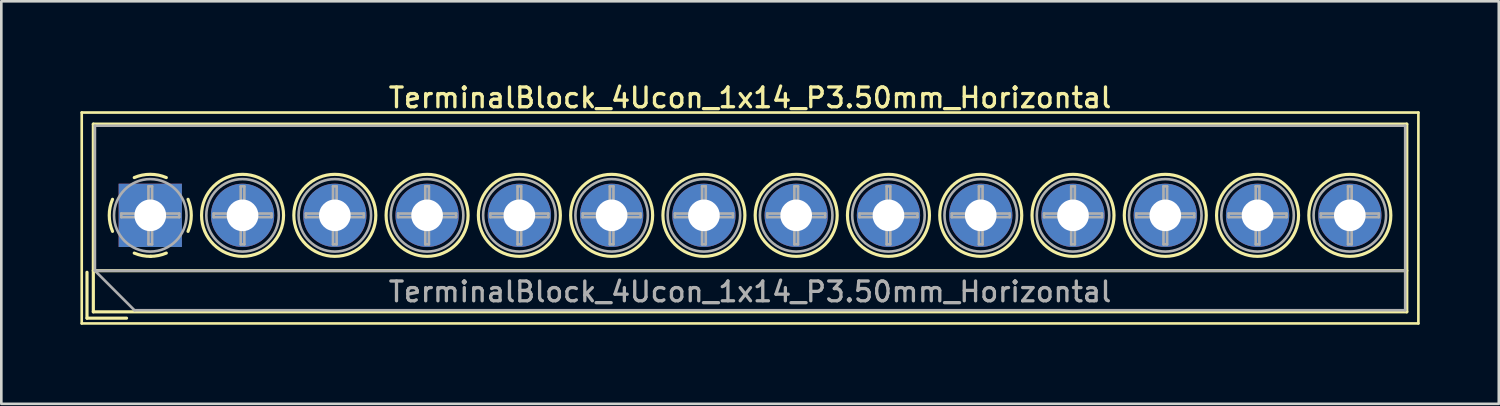
<source format=kicad_pcb>
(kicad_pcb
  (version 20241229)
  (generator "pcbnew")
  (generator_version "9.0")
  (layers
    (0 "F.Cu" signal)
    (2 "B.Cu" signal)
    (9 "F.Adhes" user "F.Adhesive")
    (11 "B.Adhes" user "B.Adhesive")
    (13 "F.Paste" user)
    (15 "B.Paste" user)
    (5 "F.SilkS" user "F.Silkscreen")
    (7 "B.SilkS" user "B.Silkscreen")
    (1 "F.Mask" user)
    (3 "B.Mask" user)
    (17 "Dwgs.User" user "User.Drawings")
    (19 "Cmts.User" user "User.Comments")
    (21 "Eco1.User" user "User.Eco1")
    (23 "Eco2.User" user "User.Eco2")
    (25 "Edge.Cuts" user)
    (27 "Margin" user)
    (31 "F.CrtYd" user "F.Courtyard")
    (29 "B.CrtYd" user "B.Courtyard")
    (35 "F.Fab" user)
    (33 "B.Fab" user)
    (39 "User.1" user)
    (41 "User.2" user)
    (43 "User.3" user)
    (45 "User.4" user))
  (footprint "TerminalBlock_4Ucon_1x14_P3.50mm_Horizontal"
    (layer "F.Cu")
    (at 2.65 5.118)
    (property "Reference" "TerminalBlock_4Ucon_1x14_P3.50mm_Horizontal" (at 22.75 -4.46 0) (layer "F.SilkS") (effects (font (size 0.75 0.75) (thickness 0.125))))
    (attr through_hole)
    (fp_line (start -2.6 -3.9) (end -2.6 4.1) (stroke (width 0.1) (type solid)) (layer "F.SilkS"))
    (fp_line (start -2.6 4.1) (end 48.1 4.1) (stroke (width 0.1) (type solid)) (layer "F.SilkS"))
    (fp_line (start -2.4 2.16) (end -2.4 3.9) (stroke (width 0.12) (type solid)) (layer "F.SilkS"))
    (fp_line (start -2.4 3.9) (end -0.9 3.9) (stroke (width 0.12) (type solid)) (layer "F.SilkS"))
    (fp_line (start -2.16 -3.46) (end -2.16 3.66) (stroke (width 0.12) (type solid)) (layer "F.SilkS"))
    (fp_line (start -2.16 -3.46) (end 47.66 -3.46) (stroke (width 0.12) (type solid)) (layer "F.SilkS"))
    (fp_line (start -2.16 2.1) (end 47.66 2.1) (stroke (width 0.12) (type solid)) (layer "F.SilkS"))
    (fp_line (start -2.16 3.66) (end 47.66 3.66) (stroke (width 0.12) (type solid)) (layer "F.SilkS"))
    (fp_line (start 47.66 -3.46) (end 47.66 3.66) (stroke (width 0.12) (type solid)) (layer "F.SilkS"))
    (fp_line (start 48.1 -3.9) (end -2.6 -3.9) (stroke (width 0.1) (type solid)) (layer "F.SilkS"))
    (fp_line (start 48.1 4.1) (end 48.1 -3.9) (stroke (width 0.1) (type solid)) (layer "F.SilkS"))
    (fp_arc (start -1.432109 0.607742) (mid -1.555727 -0.00014) (end -1.432 -0.608) (stroke (width 0.12) (type solid)) (layer "F.SilkS"))
    (fp_arc (start -0.607742 -1.432109) (mid 0.00014 -1.555727) (end 0.608 -1.432) (stroke (width 0.12) (type solid)) (layer "F.SilkS"))
    (fp_arc (start 0.027011 1.555493) (mid -0.296984 1.527118) (end -0.608 1.432) (stroke (width 0.12) (type solid)) (layer "F.SilkS"))
    (fp_arc (start 0.607587 1.431385) (mid 0.310017 1.523783) (end 0 1.555) (stroke (width 0.12) (type solid)) (layer "F.SilkS"))
    (fp_arc (start 1.432109 -0.607742) (mid 1.555727 0.00014) (end 1.432 0.608) (stroke (width 0.12) (type solid)) (layer "F.SilkS"))
    (fp_circle (center 3.5 0) (end 5.055 0) (stroke (width 0.12) (type solid)) (fill no) (layer "F.SilkS"))
    (fp_circle (center 7 0) (end 8.555 0) (stroke (width 0.12) (type solid)) (fill no) (layer "F.SilkS"))
    (fp_circle (center 10.5 0) (end 12.055 0) (stroke (width 0.12) (type solid)) (fill no) (layer "F.SilkS"))
    (fp_circle (center 14 0) (end 15.555 0) (stroke (width 0.12) (type solid)) (fill no) (layer "F.SilkS"))
    (fp_circle (center 17.5 0) (end 19.055 0) (stroke (width 0.12) (type solid)) (fill no) (layer "F.SilkS"))
    (fp_circle (center 21 0) (end 22.555 0) (stroke (width 0.12) (type solid)) (fill no) (layer "F.SilkS"))
    (fp_circle (center 24.5 0) (end 26.055 0) (stroke (width 0.12) (type solid)) (fill no) (layer "F.SilkS"))
    (fp_circle (center 28 0) (end 29.555 0) (stroke (width 0.12) (type solid)) (fill no) (layer "F.SilkS"))
    (fp_circle (center 31.5 0) (end 33.055 0) (stroke (width 0.12) (type solid)) (fill no) (layer "F.SilkS"))
    (fp_circle (center 35 0) (end 36.555 0) (stroke (width 0.12) (type solid)) (fill no) (layer "F.SilkS"))
    (fp_circle (center 38.5 0) (end 40.055 0) (stroke (width 0.12) (type solid)) (fill no) (layer "F.SilkS"))
    (fp_circle (center 42 0) (end 43.555 0) (stroke (width 0.12) (type solid)) (fill no) (layer "F.SilkS"))
    (fp_circle (center 45.5 0) (end 47.055 0) (stroke (width 0.12) (type solid)) (fill no) (layer "F.SilkS"))
    (fp_line (start -2.1 -3.4) (end 47.6 -3.4) (stroke (width 0.1) (type solid)) (layer "F.Fab"))
    (fp_line (start -2.1 2.1) (end -2.1 -3.4) (stroke (width 0.1) (type solid)) (layer "F.Fab"))
    (fp_line (start -2.1 2.1) (end 47.6 2.1) (stroke (width 0.1) (type solid)) (layer "F.Fab"))
    (fp_line (start -1.1 -0.069) (end -0.069 -0.069) (stroke (width 0.1) (type solid)) (layer "F.Fab"))
    (fp_line (start -1.1 0.069) (end -1.1 -0.069) (stroke (width 0.1) (type solid)) (layer "F.Fab"))
    (fp_line (start -0.6 3.6) (end -2.1 2.1) (stroke (width 0.1) (type solid)) (layer "F.Fab"))
    (fp_line (start -0.069 -1.1) (end 0.069 -1.1) (stroke (width 0.1) (type solid)) (layer "F.Fab"))
    (fp_line (start -0.069 -0.069) (end -0.069 -1.1) (stroke (width 0.1) (type solid)) (layer "F.Fab"))
    (fp_line (start -0.069 0.069) (end -1.1 0.069) (stroke (width 0.1) (type solid)) (layer "F.Fab"))
    (fp_line (start -0.069 1.1) (end -0.069 0.069) (stroke (width 0.1) (type solid)) (layer "F.Fab"))
    (fp_line (start 0.069 -1.1) (end 0.069 -0.069) (stroke (width 0.1) (type solid)) (layer "F.Fab"))
    (fp_line (start 0.069 -0.069) (end 1.1 -0.069) (stroke (width 0.1) (type solid)) (layer "F.Fab"))
    (fp_line (start 0.069 0.069) (end 0.069 1.1) (stroke (width 0.1) (type solid)) (layer "F.Fab"))
    (fp_line (start 0.069 1.1) (end -0.069 1.1) (stroke (width 0.1) (type solid)) (layer "F.Fab"))
    (fp_line (start 1.1 -0.069) (end 1.1 0.069) (stroke (width 0.1) (type solid)) (layer "F.Fab"))
    (fp_line (start 1.1 0.069) (end 0.069 0.069) (stroke (width 0.1) (type solid)) (layer "F.Fab"))
    (fp_line (start 2.4 -0.069) (end 3.431 -0.069) (stroke (width 0.1) (type solid)) (layer "F.Fab"))
    (fp_line (start 2.4 0.069) (end 2.4 -0.069) (stroke (width 0.1) (type solid)) (layer "F.Fab"))
    (fp_line (start 3.431 -1.1) (end 3.569 -1.1) (stroke (width 0.1) (type solid)) (layer "F.Fab"))
    (fp_line (start 3.431 -0.069) (end 3.431 -1.1) (stroke (width 0.1) (type solid)) (layer "F.Fab"))
    (fp_line (start 3.431 0.069) (end 2.4 0.069) (stroke (width 0.1) (type solid)) (layer "F.Fab"))
    (fp_line (start 3.431 1.1) (end 3.431 0.069) (stroke (width 0.1) (type solid)) (layer "F.Fab"))
    (fp_line (start 3.569 -1.1) (end 3.569 -0.069) (stroke (width 0.1) (type solid)) (layer "F.Fab"))
    (fp_line (start 3.569 -0.069) (end 4.6 -0.069) (stroke (width 0.1) (type solid)) (layer "F.Fab"))
    (fp_line (start 3.569 0.069) (end 3.569 1.1) (stroke (width 0.1) (type solid)) (layer "F.Fab"))
    (fp_line (start 3.569 1.1) (end 3.431 1.1) (stroke (width 0.1) (type solid)) (layer "F.Fab"))
    (fp_line (start 4.6 -0.069) (end 4.6 0.069) (stroke (width 0.1) (type solid)) (layer "F.Fab"))
    (fp_line (start 4.6 0.069) (end 3.569 0.069) (stroke (width 0.1) (type solid)) (layer "F.Fab"))
    (fp_line (start 5.9 -0.069) (end 6.931 -0.069) (stroke (width 0.1) (type solid)) (layer "F.Fab"))
    (fp_line (start 5.9 0.069) (end 5.9 -0.069) (stroke (width 0.1) (type solid)) (layer "F.Fab"))
    (fp_line (start 6.931 -1.1) (end 7.069 -1.1) (stroke (width 0.1) (type solid)) (layer "F.Fab"))
    (fp_line (start 6.931 -0.069) (end 6.931 -1.1) (stroke (width 0.1) (type solid)) (layer "F.Fab"))
    (fp_line (start 6.931 0.069) (end 5.9 0.069) (stroke (width 0.1) (type solid)) (layer "F.Fab"))
    (fp_line (start 6.931 1.1) (end 6.931 0.069) (stroke (width 0.1) (type solid)) (layer "F.Fab"))
    (fp_line (start 7.069 -1.1) (end 7.069 -0.069) (stroke (width 0.1) (type solid)) (layer "F.Fab"))
    (fp_line (start 7.069 -0.069) (end 8.1 -0.069) (stroke (width 0.1) (type solid)) (layer "F.Fab"))
    (fp_line (start 7.069 0.069) (end 7.069 1.1) (stroke (width 0.1) (type solid)) (layer "F.Fab"))
    (fp_line (start 7.069 1.1) (end 6.931 1.1) (stroke (width 0.1) (type solid)) (layer "F.Fab"))
    (fp_line (start 8.1 -0.069) (end 8.1 0.069) (stroke (width 0.1) (type solid)) (layer "F.Fab"))
    (fp_line (start 8.1 0.069) (end 7.069 0.069) (stroke (width 0.1) (type solid)) (layer "F.Fab"))
    (fp_line (start 9.4 -0.069) (end 10.431 -0.069) (stroke (width 0.1) (type solid)) (layer "F.Fab"))
    (fp_line (start 9.4 0.069) (end 9.4 -0.069) (stroke (width 0.1) (type solid)) (layer "F.Fab"))
    (fp_line (start 10.431 -1.1) (end 10.569 -1.1) (stroke (width 0.1) (type solid)) (layer "F.Fab"))
    (fp_line (start 10.431 -0.069) (end 10.431 -1.1) (stroke (width 0.1) (type solid)) (layer "F.Fab"))
    (fp_line (start 10.431 0.069) (end 9.4 0.069) (stroke (width 0.1) (type solid)) (layer "F.Fab"))
    (fp_line (start 10.431 1.1) (end 10.431 0.069) (stroke (width 0.1) (type solid)) (layer "F.Fab"))
    (fp_line (start 10.569 -1.1) (end 10.569 -0.069) (stroke (width 0.1) (type solid)) (layer "F.Fab"))
    (fp_line (start 10.569 -0.069) (end 11.6 -0.069) (stroke (width 0.1) (type solid)) (layer "F.Fab"))
    (fp_line (start 10.569 0.069) (end 10.569 1.1) (stroke (width 0.1) (type solid)) (layer "F.Fab"))
    (fp_line (start 10.569 1.1) (end 10.431 1.1) (stroke (width 0.1) (type solid)) (layer "F.Fab"))
    (fp_line (start 11.6 -0.069) (end 11.6 0.069) (stroke (width 0.1) (type solid)) (layer "F.Fab"))
    (fp_line (start 11.6 0.069) (end 10.569 0.069) (stroke (width 0.1) (type solid)) (layer "F.Fab"))
    (fp_line (start 12.9 -0.069) (end 13.931 -0.069) (stroke (width 0.1) (type solid)) (layer "F.Fab"))
    (fp_line (start 12.9 0.069) (end 12.9 -0.069) (stroke (width 0.1) (type solid)) (layer "F.Fab"))
    (fp_line (start 13.931 -1.1) (end 14.069 -1.1) (stroke (width 0.1) (type solid)) (layer "F.Fab"))
    (fp_line (start 13.931 -0.069) (end 13.931 -1.1) (stroke (width 0.1) (type solid)) (layer "F.Fab"))
    (fp_line (start 13.931 0.069) (end 12.9 0.069) (stroke (width 0.1) (type solid)) (layer "F.Fab"))
    (fp_line (start 13.931 1.1) (end 13.931 0.069) (stroke (width 0.1) (type solid)) (layer "F.Fab"))
    (fp_line (start 14.069 -1.1) (end 14.069 -0.069) (stroke (width 0.1) (type solid)) (layer "F.Fab"))
    (fp_line (start 14.069 -0.069) (end 15.1 -0.069) (stroke (width 0.1) (type solid)) (layer "F.Fab"))
    (fp_line (start 14.069 0.069) (end 14.069 1.1) (stroke (width 0.1) (type solid)) (layer "F.Fab"))
    (fp_line (start 14.069 1.1) (end 13.931 1.1) (stroke (width 0.1) (type solid)) (layer "F.Fab"))
    (fp_line (start 15.1 -0.069) (end 15.1 0.069) (stroke (width 0.1) (type solid)) (layer "F.Fab"))
    (fp_line (start 15.1 0.069) (end 14.069 0.069) (stroke (width 0.1) (type solid)) (layer "F.Fab"))
    (fp_line (start 16.4 -0.069) (end 17.431 -0.069) (stroke (width 0.1) (type solid)) (layer "F.Fab"))
    (fp_line (start 16.4 0.069) (end 16.4 -0.069) (stroke (width 0.1) (type solid)) (layer "F.Fab"))
    (fp_line (start 17.431 -1.1) (end 17.569 -1.1) (stroke (width 0.1) (type solid)) (layer "F.Fab"))
    (fp_line (start 17.431 -0.069) (end 17.431 -1.1) (stroke (width 0.1) (type solid)) (layer "F.Fab"))
    (fp_line (start 17.431 0.069) (end 16.4 0.069) (stroke (width 0.1) (type solid)) (layer "F.Fab"))
    (fp_line (start 17.431 1.1) (end 17.431 0.069) (stroke (width 0.1) (type solid)) (layer "F.Fab"))
    (fp_line (start 17.569 -1.1) (end 17.569 -0.069) (stroke (width 0.1) (type solid)) (layer "F.Fab"))
    (fp_line (start 17.569 -0.069) (end 18.6 -0.069) (stroke (width 0.1) (type solid)) (layer "F.Fab"))
    (fp_line (start 17.569 0.069) (end 17.569 1.1) (stroke (width 0.1) (type solid)) (layer "F.Fab"))
    (fp_line (start 17.569 1.1) (end 17.431 1.1) (stroke (width 0.1) (type solid)) (layer "F.Fab"))
    (fp_line (start 18.6 -0.069) (end 18.6 0.069) (stroke (width 0.1) (type solid)) (layer "F.Fab"))
    (fp_line (start 18.6 0.069) (end 17.569 0.069) (stroke (width 0.1) (type solid)) (layer "F.Fab"))
    (fp_line (start 19.9 -0.069) (end 20.931 -0.069) (stroke (width 0.1) (type solid)) (layer "F.Fab"))
    (fp_line (start 19.9 0.069) (end 19.9 -0.069) (stroke (width 0.1) (type solid)) (layer "F.Fab"))
    (fp_line (start 20.931 -1.1) (end 21.069 -1.1) (stroke (width 0.1) (type solid)) (layer "F.Fab"))
    (fp_line (start 20.931 -0.069) (end 20.931 -1.1) (stroke (width 0.1) (type solid)) (layer "F.Fab"))
    (fp_line (start 20.931 0.069) (end 19.9 0.069) (stroke (width 0.1) (type solid)) (layer "F.Fab"))
    (fp_line (start 20.931 1.1) (end 20.931 0.069) (stroke (width 0.1) (type solid)) (layer "F.Fab"))
    (fp_line (start 21.069 -1.1) (end 21.069 -0.069) (stroke (width 0.1) (type solid)) (layer "F.Fab"))
    (fp_line (start 21.069 -0.069) (end 22.1 -0.069) (stroke (width 0.1) (type solid)) (layer "F.Fab"))
    (fp_line (start 21.069 0.069) (end 21.069 1.1) (stroke (width 0.1) (type solid)) (layer "F.Fab"))
    (fp_line (start 21.069 1.1) (end 20.931 1.1) (stroke (width 0.1) (type solid)) (layer "F.Fab"))
    (fp_line (start 22.1 -0.069) (end 22.1 0.069) (stroke (width 0.1) (type solid)) (layer "F.Fab"))
    (fp_line (start 22.1 0.069) (end 21.069 0.069) (stroke (width 0.1) (type solid)) (layer "F.Fab"))
    (fp_line (start 23.4 -0.069) (end 24.431 -0.069) (stroke (width 0.1) (type solid)) (layer "F.Fab"))
    (fp_line (start 23.4 0.069) (end 23.4 -0.069) (stroke (width 0.1) (type solid)) (layer "F.Fab"))
    (fp_line (start 24.431 -1.1) (end 24.569 -1.1) (stroke (width 0.1) (type solid)) (layer "F.Fab"))
    (fp_line (start 24.431 -0.069) (end 24.431 -1.1) (stroke (width 0.1) (type solid)) (layer "F.Fab"))
    (fp_line (start 24.431 0.069) (end 23.4 0.069) (stroke (width 0.1) (type solid)) (layer "F.Fab"))
    (fp_line (start 24.431 1.1) (end 24.431 0.069) (stroke (width 0.1) (type solid)) (layer "F.Fab"))
    (fp_line (start 24.569 -1.1) (end 24.569 -0.069) (stroke (width 0.1) (type solid)) (layer "F.Fab"))
    (fp_line (start 24.569 -0.069) (end 25.6 -0.069) (stroke (width 0.1) (type solid)) (layer "F.Fab"))
    (fp_line (start 24.569 0.069) (end 24.569 1.1) (stroke (width 0.1) (type solid)) (layer "F.Fab"))
    (fp_line (start 24.569 1.1) (end 24.431 1.1) (stroke (width 0.1) (type solid)) (layer "F.Fab"))
    (fp_line (start 25.6 -0.069) (end 25.6 0.069) (stroke (width 0.1) (type solid)) (layer "F.Fab"))
    (fp_line (start 25.6 0.069) (end 24.569 0.069) (stroke (width 0.1) (type solid)) (layer "F.Fab"))
    (fp_line (start 26.9 -0.069) (end 27.931 -0.069) (stroke (width 0.1) (type solid)) (layer "F.Fab"))
    (fp_line (start 26.9 0.069) (end 26.9 -0.069) (stroke (width 0.1) (type solid)) (layer "F.Fab"))
    (fp_line (start 27.931 -1.1) (end 28.069 -1.1) (stroke (width 0.1) (type solid)) (layer "F.Fab"))
    (fp_line (start 27.931 -0.069) (end 27.931 -1.1) (stroke (width 0.1) (type solid)) (layer "F.Fab"))
    (fp_line (start 27.931 0.069) (end 26.9 0.069) (stroke (width 0.1) (type solid)) (layer "F.Fab"))
    (fp_line (start 27.931 1.1) (end 27.931 0.069) (stroke (width 0.1) (type solid)) (layer "F.Fab"))
    (fp_line (start 28.069 -1.1) (end 28.069 -0.069) (stroke (width 0.1) (type solid)) (layer "F.Fab"))
    (fp_line (start 28.069 -0.069) (end 29.1 -0.069) (stroke (width 0.1) (type solid)) (layer "F.Fab"))
    (fp_line (start 28.069 0.069) (end 28.069 1.1) (stroke (width 0.1) (type solid)) (layer "F.Fab"))
    (fp_line (start 28.069 1.1) (end 27.931 1.1) (stroke (width 0.1) (type solid)) (layer "F.Fab"))
    (fp_line (start 29.1 -0.069) (end 29.1 0.069) (stroke (width 0.1) (type solid)) (layer "F.Fab"))
    (fp_line (start 29.1 0.069) (end 28.069 0.069) (stroke (width 0.1) (type solid)) (layer "F.Fab"))
    (fp_line (start 30.4 -0.069) (end 31.431 -0.069) (stroke (width 0.1) (type solid)) (layer "F.Fab"))
    (fp_line (start 30.4 0.069) (end 30.4 -0.069) (stroke (width 0.1) (type solid)) (layer "F.Fab"))
    (fp_line (start 31.431 -1.1) (end 31.569 -1.1) (stroke (width 0.1) (type solid)) (layer "F.Fab"))
    (fp_line (start 31.431 -0.069) (end 31.431 -1.1) (stroke (width 0.1) (type solid)) (layer "F.Fab"))
    (fp_line (start 31.431 0.069) (end 30.4 0.069) (stroke (width 0.1) (type solid)) (layer "F.Fab"))
    (fp_line (start 31.431 1.1) (end 31.431 0.069) (stroke (width 0.1) (type solid)) (layer "F.Fab"))
    (fp_line (start 31.569 -1.1) (end 31.569 -0.069) (stroke (width 0.1) (type solid)) (layer "F.Fab"))
    (fp_line (start 31.569 -0.069) (end 32.6 -0.069) (stroke (width 0.1) (type solid)) (layer "F.Fab"))
    (fp_line (start 31.569 0.069) (end 31.569 1.1) (stroke (width 0.1) (type solid)) (layer "F.Fab"))
    (fp_line (start 31.569 1.1) (end 31.431 1.1) (stroke (width 0.1) (type solid)) (layer "F.Fab"))
    (fp_line (start 32.6 -0.069) (end 32.6 0.069) (stroke (width 0.1) (type solid)) (layer "F.Fab"))
    (fp_line (start 32.6 0.069) (end 31.569 0.069) (stroke (width 0.1) (type solid)) (layer "F.Fab"))
    (fp_line (start 33.9 -0.069) (end 34.931 -0.069) (stroke (width 0.1) (type solid)) (layer "F.Fab"))
    (fp_line (start 33.9 0.069) (end 33.9 -0.069) (stroke (width 0.1) (type solid)) (layer "F.Fab"))
    (fp_line (start 34.931 -1.1) (end 35.069 -1.1) (stroke (width 0.1) (type solid)) (layer "F.Fab"))
    (fp_line (start 34.931 -0.069) (end 34.931 -1.1) (stroke (width 0.1) (type solid)) (layer "F.Fab"))
    (fp_line (start 34.931 0.069) (end 33.9 0.069) (stroke (width 0.1) (type solid)) (layer "F.Fab"))
    (fp_line (start 34.931 1.1) (end 34.931 0.069) (stroke (width 0.1) (type solid)) (layer "F.Fab"))
    (fp_line (start 35.069 -1.1) (end 35.069 -0.069) (stroke (width 0.1) (type solid)) (layer "F.Fab"))
    (fp_line (start 35.069 -0.069) (end 36.1 -0.069) (stroke (width 0.1) (type solid)) (layer "F.Fab"))
    (fp_line (start 35.069 0.069) (end 35.069 1.1) (stroke (width 0.1) (type solid)) (layer "F.Fab"))
    (fp_line (start 35.069 1.1) (end 34.931 1.1) (stroke (width 0.1) (type solid)) (layer "F.Fab"))
    (fp_line (start 36.1 -0.069) (end 36.1 0.069) (stroke (width 0.1) (type solid)) (layer "F.Fab"))
    (fp_line (start 36.1 0.069) (end 35.069 0.069) (stroke (width 0.1) (type solid)) (layer "F.Fab"))
    (fp_line (start 37.4 -0.069) (end 38.431 -0.069) (stroke (width 0.1) (type solid)) (layer "F.Fab"))
    (fp_line (start 37.4 0.069) (end 37.4 -0.069) (stroke (width 0.1) (type solid)) (layer "F.Fab"))
    (fp_line (start 38.431 -1.1) (end 38.569 -1.1) (stroke (width 0.1) (type solid)) (layer "F.Fab"))
    (fp_line (start 38.431 -0.069) (end 38.431 -1.1) (stroke (width 0.1) (type solid)) (layer "F.Fab"))
    (fp_line (start 38.431 0.069) (end 37.4 0.069) (stroke (width 0.1) (type solid)) (layer "F.Fab"))
    (fp_line (start 38.431 1.1) (end 38.431 0.069) (stroke (width 0.1) (type solid)) (layer "F.Fab"))
    (fp_line (start 38.569 -1.1) (end 38.569 -0.069) (stroke (width 0.1) (type solid)) (layer "F.Fab"))
    (fp_line (start 38.569 -0.069) (end 39.6 -0.069) (stroke (width 0.1) (type solid)) (layer "F.Fab"))
    (fp_line (start 38.569 0.069) (end 38.569 1.1) (stroke (width 0.1) (type solid)) (layer "F.Fab"))
    (fp_line (start 38.569 1.1) (end 38.431 1.1) (stroke (width 0.1) (type solid)) (layer "F.Fab"))
    (fp_line (start 39.6 -0.069) (end 39.6 0.069) (stroke (width 0.1) (type solid)) (layer "F.Fab"))
    (fp_line (start 39.6 0.069) (end 38.569 0.069) (stroke (width 0.1) (type solid)) (layer "F.Fab"))
    (fp_line (start 40.9 -0.069) (end 41.931 -0.069) (stroke (width 0.1) (type solid)) (layer "F.Fab"))
    (fp_line (start 40.9 0.069) (end 40.9 -0.069) (stroke (width 0.1) (type solid)) (layer "F.Fab"))
    (fp_line (start 41.931 -1.1) (end 42.069 -1.1) (stroke (width 0.1) (type solid)) (layer "F.Fab"))
    (fp_line (start 41.931 -0.069) (end 41.931 -1.1) (stroke (width 0.1) (type solid)) (layer "F.Fab"))
    (fp_line (start 41.931 0.069) (end 40.9 0.069) (stroke (width 0.1) (type solid)) (layer "F.Fab"))
    (fp_line (start 41.931 1.1) (end 41.931 0.069) (stroke (width 0.1) (type solid)) (layer "F.Fab"))
    (fp_line (start 42.069 -1.1) (end 42.069 -0.069) (stroke (width 0.1) (type solid)) (layer "F.Fab"))
    (fp_line (start 42.069 -0.069) (end 43.1 -0.069) (stroke (width 0.1) (type solid)) (layer "F.Fab"))
    (fp_line (start 42.069 0.069) (end 42.069 1.1) (stroke (width 0.1) (type solid)) (layer "F.Fab"))
    (fp_line (start 42.069 1.1) (end 41.931 1.1) (stroke (width 0.1) (type solid)) (layer "F.Fab"))
    (fp_line (start 43.1 -0.069) (end 43.1 0.069) (stroke (width 0.1) (type solid)) (layer "F.Fab"))
    (fp_line (start 43.1 0.069) (end 42.069 0.069) (stroke (width 0.1) (type solid)) (layer "F.Fab"))
    (fp_line (start 44.4 -0.069) (end 45.431 -0.069) (stroke (width 0.1) (type solid)) (layer "F.Fab"))
    (fp_line (start 44.4 0.069) (end 44.4 -0.069) (stroke (width 0.1) (type solid)) (layer "F.Fab"))
    (fp_line (start 45.431 -1.1) (end 45.569 -1.1) (stroke (width 0.1) (type solid)) (layer "F.Fab"))
    (fp_line (start 45.431 -0.069) (end 45.431 -1.1) (stroke (width 0.1) (type solid)) (layer "F.Fab"))
    (fp_line (start 45.431 0.069) (end 44.4 0.069) (stroke (width 0.1) (type solid)) (layer "F.Fab"))
    (fp_line (start 45.431 1.1) (end 45.431 0.069) (stroke (width 0.1) (type solid)) (layer "F.Fab"))
    (fp_line (start 45.569 -1.1) (end 45.569 -0.069) (stroke (width 0.1) (type solid)) (layer "F.Fab"))
    (fp_line (start 45.569 -0.069) (end 46.6 -0.069) (stroke (width 0.1) (type solid)) (layer "F.Fab"))
    (fp_line (start 45.569 0.069) (end 45.569 1.1) (stroke (width 0.1) (type solid)) (layer "F.Fab"))
    (fp_line (start 45.569 1.1) (end 45.431 1.1) (stroke (width 0.1) (type solid)) (layer "F.Fab"))
    (fp_line (start 46.6 -0.069) (end 46.6 0.069) (stroke (width 0.1) (type solid)) (layer "F.Fab"))
    (fp_line (start 46.6 0.069) (end 45.569 0.069) (stroke (width 0.1) (type solid)) (layer "F.Fab"))
    (fp_line (start 47.6 -3.4) (end 47.6 3.6) (stroke (width 0.1) (type solid)) (layer "F.Fab"))
    (fp_line (start 47.6 3.6) (end -0.6 3.6) (stroke (width 0.1) (type solid)) (layer "F.Fab"))
    (fp_circle (center 0 0) (end 1.375 0) (stroke (width 0.1) (type solid)) (fill no) (layer "F.Fab"))
    (fp_circle (center 3.5 0) (end 4.875 0) (stroke (width 0.1) (type solid)) (fill no) (layer "F.Fab"))
    (fp_circle (center 7 0) (end 8.375 0) (stroke (width 0.1) (type solid)) (fill no) (layer "F.Fab"))
    (fp_circle (center 10.5 0) (end 11.875 0) (stroke (width 0.1) (type solid)) (fill no) (layer "F.Fab"))
    (fp_circle (center 14 0) (end 15.375 0) (stroke (width 0.1) (type solid)) (fill no) (layer "F.Fab"))
    (fp_circle (center 17.5 0) (end 18.875 0) (stroke (width 0.1) (type solid)) (fill no) (layer "F.Fab"))
    (fp_circle (center 21 0) (end 22.375 0) (stroke (width 0.1) (type solid)) (fill no) (layer "F.Fab"))
    (fp_circle (center 24.5 0) (end 25.875 0) (stroke (width 0.1) (type solid)) (fill no) (layer "F.Fab"))
    (fp_circle (center 28 0) (end 29.375 0) (stroke (width 0.1) (type solid)) (fill no) (layer "F.Fab"))
    (fp_circle (center 31.5 0) (end 32.875 0) (stroke (width 0.1) (type solid)) (fill no) (layer "F.Fab"))
    (fp_circle (center 35 0) (end 36.375 0) (stroke (width 0.1) (type solid)) (fill no) (layer "F.Fab"))
    (fp_circle (center 38.5 0) (end 39.875 0) (stroke (width 0.1) (type solid)) (fill no) (layer "F.Fab"))
    (fp_circle (center 42 0) (end 43.375 0) (stroke (width 0.1) (type solid)) (fill no) (layer "F.Fab"))
    (fp_circle (center 45.5 0) (end 46.875 0) (stroke (width 0.1) (type solid)) (fill no) (layer "F.Fab"))
    (fp_text user "${REFERENCE}" (at 22.75 2.9 0) (layer "F.Fab") (effects (font (size 0.75 0.75) (thickness 0.125))))
    (pad "1" thru_hole rect (at 0 0) (size 2.4 2.4) (drill 1.2) (layers "*.Cu" "*.Mask"))
    (pad "2" thru_hole circle (at 3.5 0) (size 2.4 2.4) (drill 1.2) (layers "*.Cu" "*.Mask"))
    (pad "3" thru_hole circle (at 7 0) (size 2.4 2.4) (drill 1.2) (layers "*.Cu" "*.Mask"))
    (pad "4" thru_hole circle (at 10.5 0) (size 2.4 2.4) (drill 1.2) (layers "*.Cu" "*.Mask"))
    (pad "5" thru_hole circle (at 14 0) (size 2.4 2.4) (drill 1.2) (layers "*.Cu" "*.Mask"))
    (pad "6" thru_hole circle (at 17.5 0) (size 2.4 2.4) (drill 1.2) (layers "*.Cu" "*.Mask"))
    (pad "7" thru_hole circle (at 21 0) (size 2.4 2.4) (drill 1.2) (layers "*.Cu" "*.Mask"))
    (pad "8" thru_hole circle (at 24.5 0) (size 2.4 2.4) (drill 1.2) (layers "*.Cu" "*.Mask"))
    (pad "9" thru_hole circle (at 28 0) (size 2.4 2.4) (drill 1.2) (layers "*.Cu" "*.Mask"))
    (pad "10" thru_hole circle (at 31.5 0) (size 2.4 2.4) (drill 1.2) (layers "*.Cu" "*.Mask"))
    (pad "11" thru_hole circle (at 35 0) (size 2.4 2.4) (drill 1.2) (layers "*.Cu" "*.Mask"))
    (pad "12" thru_hole circle (at 38.5 0) (size 2.4 2.4) (drill 1.2) (layers "*.Cu" "*.Mask"))
    (pad "13" thru_hole circle (at 42 0) (size 2.4 2.4) (drill 1.2) (layers "*.Cu" "*.Mask"))
    (pad "14" thru_hole circle (at 45.5 0) (size 2.4 2.4) (drill 1.2) (layers "*.Cu" "*.Mask")))
  (gr_rect
    (start -3 -3)
    (end 53.8 12.268)
    (stroke (width 0.1) (type default))
    (fill no)
    (layer "Edge.Cuts")))
</source>
